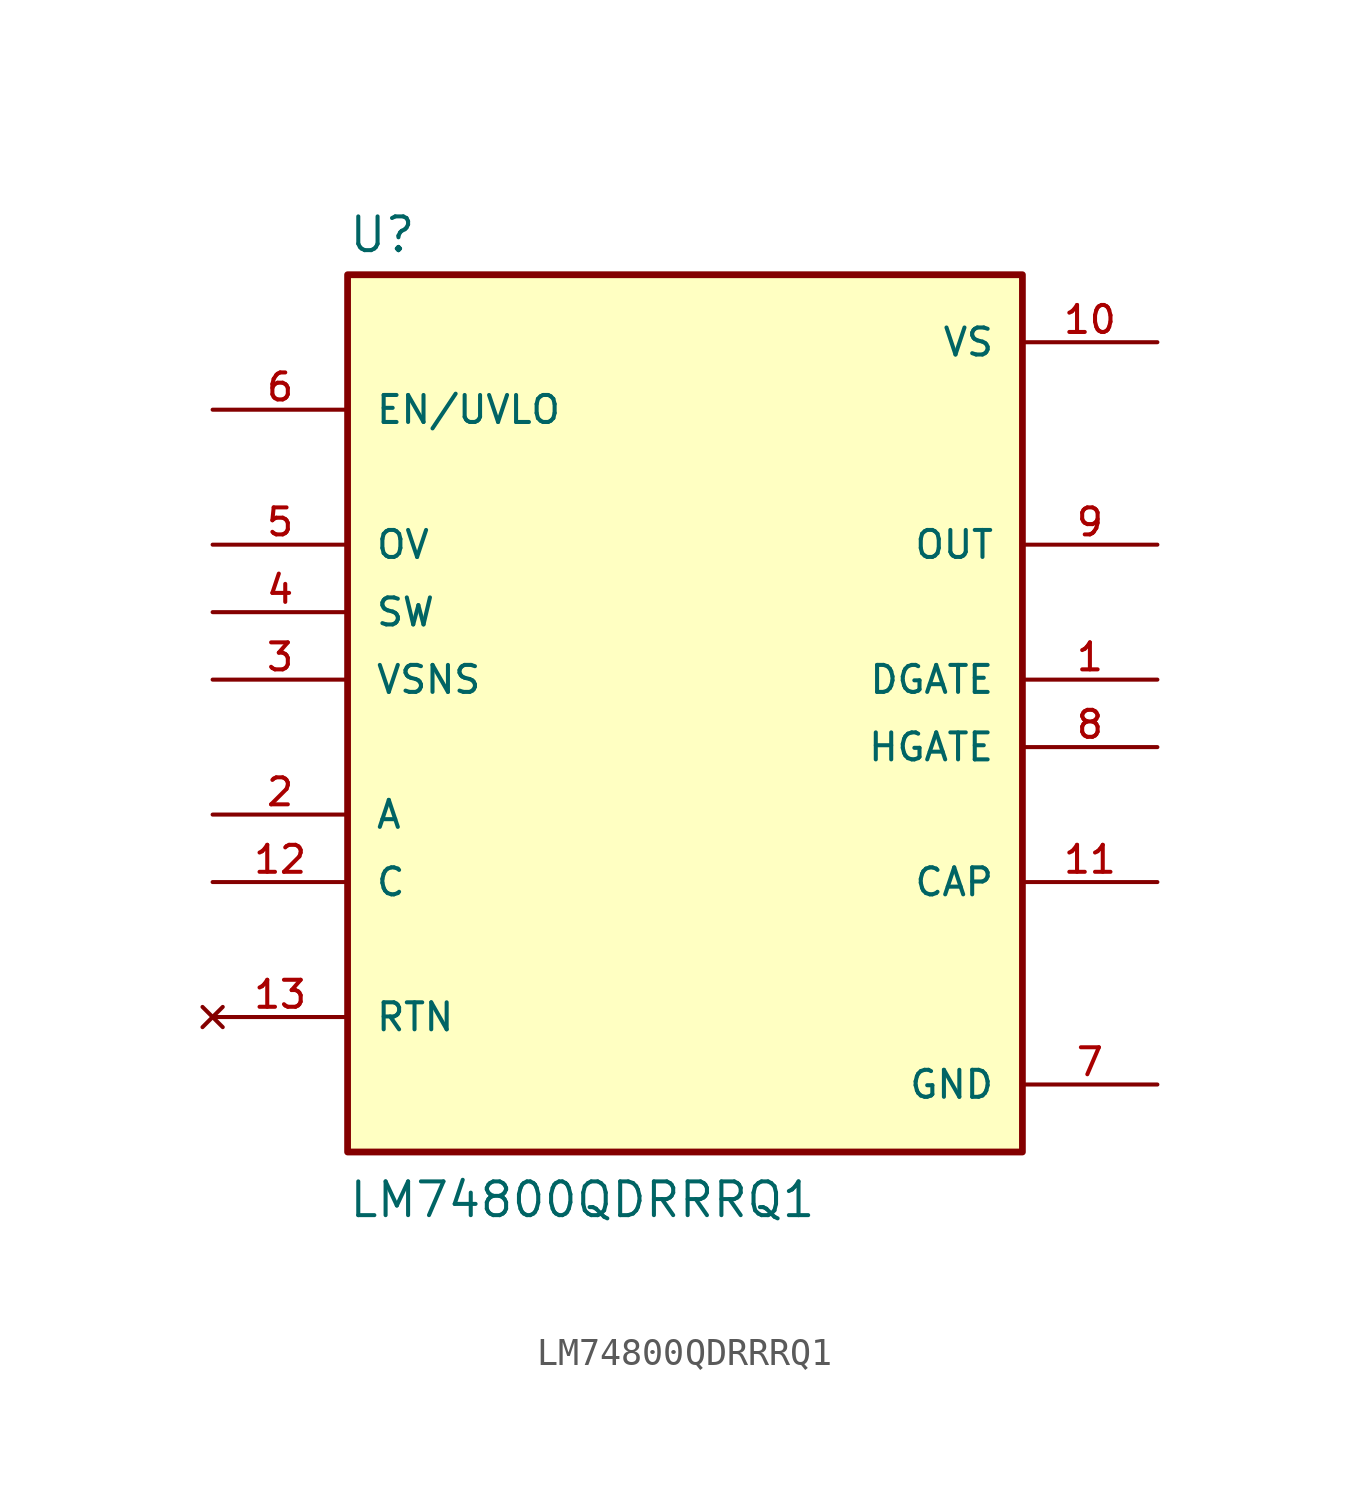
<source format=kicad_sym>
(kicad_symbol_lib
  (version 20211014)
  (generator kicad_symbol_editor)
  (symbol "LM74800QDRRRQ1"
    (pin_names
      (offset 1.016))
    (property "Reference" "U"
      (at -12.7 16.002 0)
      (effects (font (size 1.27 1.27)) (justify bottom left)))
    (property "Value" "LM74800QDRRRQ1"
      (at -12.7 -20.32 0)
      (effects (font (size 1.27 1.27)) (justify bottom left)))
    (symbol "LM74800QDRRRQ1_0_0"
      (rectangle (start -12.7 -17.78) (end 12.7 15.24) (stroke (width 0.254)) (fill (type background)))
      (pin output line (at 17.78 0.0 180.0) (length 5.08) (name "DGATE" (effects (font (size 1.016 1.016)))) (number "1" (effects (font (size 1.016 1.016)))))
      (pin input line (at -17.78 -5.08 0) (length 5.08) (name "A" (effects (font (size 1.016 1.016)))) (number "2" (effects (font (size 1.016 1.016)))))
      (pin input line (at -17.78 0.0 0) (length 5.08) (name "VSNS" (effects (font (size 1.016 1.016)))) (number "3" (effects (font (size 1.016 1.016)))))
      (pin input line (at -17.78 2.54 0) (length 5.08) (name "SW" (effects (font (size 1.016 1.016)))) (number "4" (effects (font (size 1.016 1.016)))))
      (pin input line (at -17.78 5.08 0) (length 5.08) (name "OV" (effects (font (size 1.016 1.016)))) (number "5" (effects (font (size 1.016 1.016)))))
      (pin input line (at -17.78 10.16 0) (length 5.08) (name "EN/UVLO" (effects (font (size 1.016 1.016)))) (number "6" (effects (font (size 1.016 1.016)))))
      (pin power_in line (at 17.78 -15.24 180.0) (length 5.08) (name "GND" (effects (font (size 1.016 1.016)))) (number "7" (effects (font (size 1.016 1.016)))))
      (pin output line (at 17.78 -2.54 180.0) (length 5.08) (name "HGATE" (effects (font (size 1.016 1.016)))) (number "8" (effects (font (size 1.016 1.016)))))
      (pin output line (at 17.78 5.08 180.0) (length 5.08) (name "OUT" (effects (font (size 1.016 1.016)))) (number "9" (effects (font (size 1.016 1.016)))))
      (pin power_in line (at 17.78 12.7 180.0) (length 5.08) (name "VS" (effects (font (size 1.016 1.016)))) (number "10" (effects (font (size 1.016 1.016)))))
      (pin output line (at 17.78 -7.62 180.0) (length 5.08) (name "CAP" (effects (font (size 1.016 1.016)))) (number "11" (effects (font (size 1.016 1.016)))))
      (pin input line (at -17.78 -7.62 0) (length 5.08) (name "C" (effects (font (size 1.016 1.016)))) (number "12" (effects (font (size 1.016 1.016)))))
      (pin no_connect line (at -17.78 -12.7 0) (length 5.08) (name "RTN" (effects (font (size 1.016 1.016)))) (number "13" (effects (font (size 1.016 1.016))))))))
</source>
